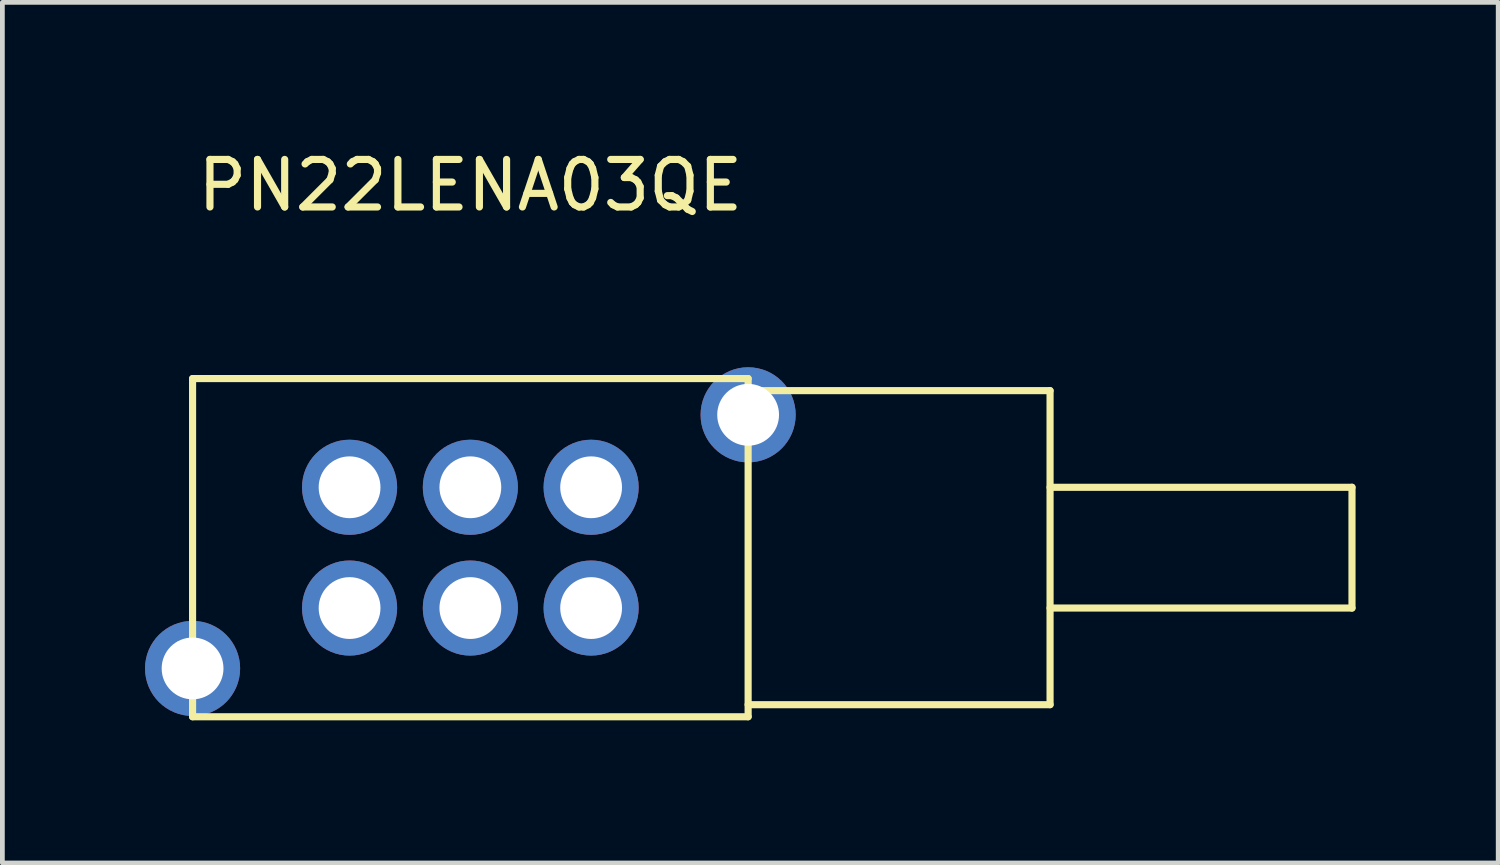
<source format=kicad_pcb>
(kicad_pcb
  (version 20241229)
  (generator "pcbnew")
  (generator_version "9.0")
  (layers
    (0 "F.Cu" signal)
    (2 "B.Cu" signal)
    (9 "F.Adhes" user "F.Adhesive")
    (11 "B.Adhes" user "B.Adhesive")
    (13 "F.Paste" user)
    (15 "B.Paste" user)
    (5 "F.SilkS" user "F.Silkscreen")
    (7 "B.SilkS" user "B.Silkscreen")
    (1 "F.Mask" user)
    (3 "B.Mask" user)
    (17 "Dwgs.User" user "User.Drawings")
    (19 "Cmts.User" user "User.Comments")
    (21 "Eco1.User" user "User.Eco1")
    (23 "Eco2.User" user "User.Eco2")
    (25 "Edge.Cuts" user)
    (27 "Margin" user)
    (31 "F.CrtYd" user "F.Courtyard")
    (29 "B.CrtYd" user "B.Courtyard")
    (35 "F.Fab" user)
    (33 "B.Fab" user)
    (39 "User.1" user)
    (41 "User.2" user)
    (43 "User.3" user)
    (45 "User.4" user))
  (footprint "PN22LENA03QE"
    (layer "F.Cu")
    (at 6.842 8.468)
    (property "Reference" "PN22LENA03QE" (at 0 -7.62 0) (layer "F.SilkS") (effects (font (size 1 1) (thickness 0.15))))
    (attr through_hole)
    (fp_line (start -5.842 -3.556) (end -5.842 3.556) (stroke (width 0.15) (type solid)) (layer "F.SilkS"))
    (fp_line (start -5.842 3.556) (end 5.842 3.556) (stroke (width 0.15) (type solid)) (layer "F.SilkS"))
    (fp_line (start 5.842 -3.556) (end -5.842 -3.556) (stroke (width 0.15) (type solid)) (layer "F.SilkS"))
    (fp_line (start 5.842 -3.302) (end 12.192 -3.302) (stroke (width 0.15) (type solid)) (layer "F.SilkS"))
    (fp_line (start 5.842 3.556) (end 5.842 -3.556) (stroke (width 0.15) (type solid)) (layer "F.SilkS"))
    (fp_line (start 12.192 -3.302) (end 12.192 3.302) (stroke (width 0.15) (type solid)) (layer "F.SilkS"))
    (fp_line (start 12.192 -1.27) (end 18.542 -1.27) (stroke (width 0.15) (type solid)) (layer "F.SilkS"))
    (fp_line (start 12.192 3.302) (end 5.842 3.302) (stroke (width 0.15) (type solid)) (layer "F.SilkS"))
    (fp_line (start 18.542 -1.27) (end 18.542 1.27) (stroke (width 0.15) (type solid)) (layer "F.SilkS"))
    (fp_line (start 18.542 1.27) (end 12.192 1.27) (stroke (width 0.15) (type solid)) (layer "F.SilkS"))
    (pad "" np_thru_hole circle (at -5.842 2.54) (size 2 2) (drill 1.3) (layers "*.Cu" "*.Mask"))
    (pad "" np_thru_hole circle (at 5.842 -2.794) (size 2 2) (drill 1.3) (layers "*.Cu" "*.Mask"))
    (pad "1" thru_hole circle (at 2.54 1.27) (size 2 2) (drill 1.3) (layers "*.Cu" "*.Mask"))
    (pad "2" thru_hole circle (at 0 1.27) (size 2 2) (drill 1.3) (layers "*.Cu" "*.Mask"))
    (pad "3" thru_hole circle (at -2.54 1.27) (size 2 2) (drill 1.3) (layers "*.Cu" "*.Mask"))
    (pad "4" thru_hole circle (at 2.54 -1.27) (size 2 2) (drill 1.3) (layers "*.Cu" "*.Mask"))
    (pad "5" thru_hole circle (at 0 -1.27) (size 2 2) (drill 1.3) (layers "*.Cu" "*.Mask"))
    (pad "6" thru_hole circle (at -2.54 -1.27) (size 2 2) (drill 1.3) (layers "*.Cu" "*.Mask")))
  (gr_rect
    (start -3 -3)
    (end 28.459 15.099)
    (stroke (width 0.1) (type default))
    (fill no)
    (layer "Edge.Cuts")))
</source>
